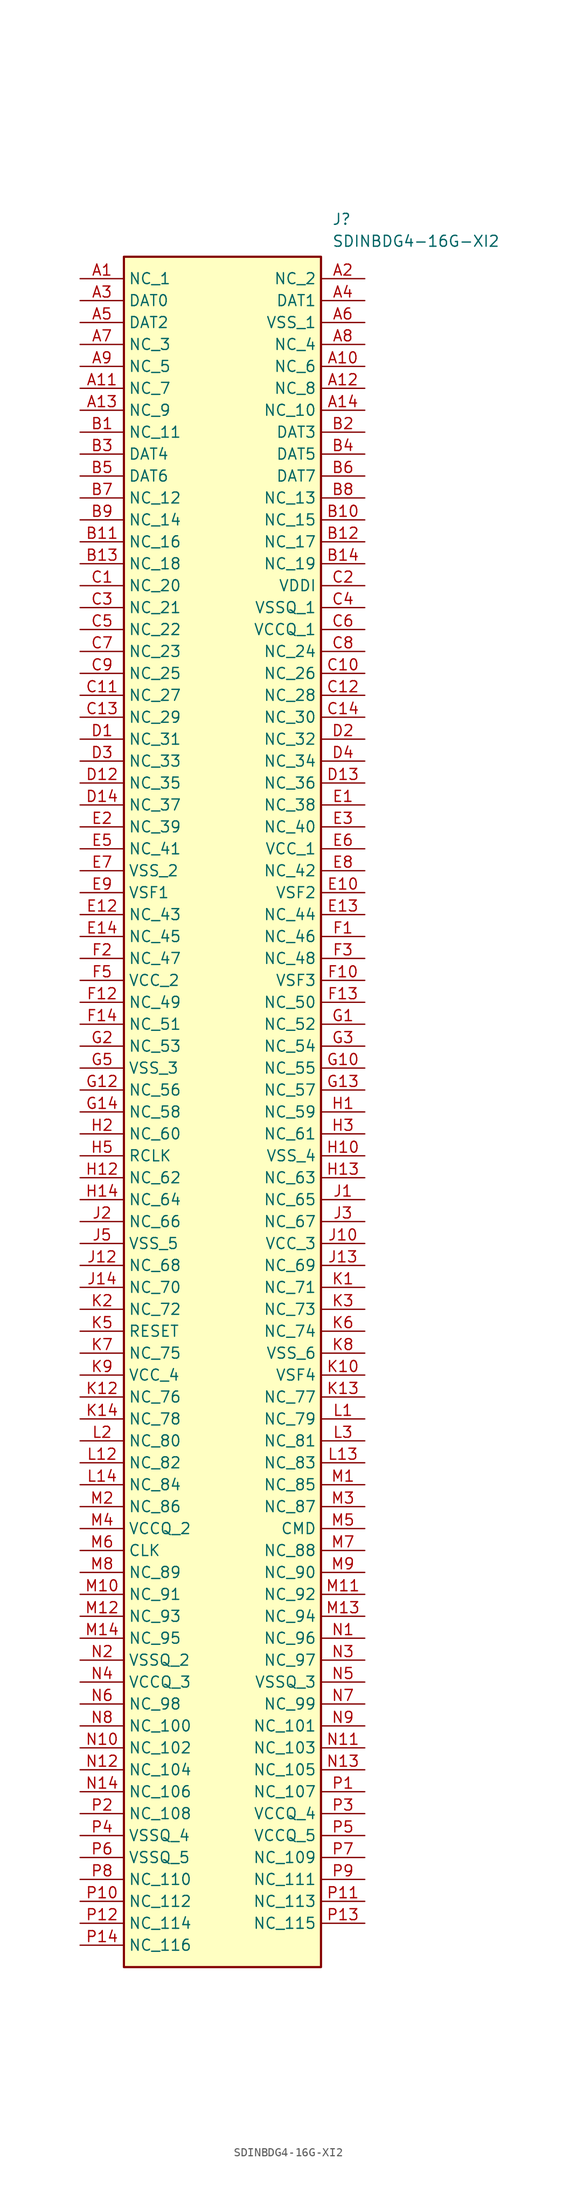
<source format=kicad_sym>
(kicad_symbol_lib
  (version 20211014)
  (generator SamacSys_ECAD_Model)
  (symbol "SDINBDG4-16G-XI2"
    (property "Reference" "J"
      (at 29.21 7.62 0)
      (effects (font (size 1.27 1.27)) (justify left top)))
    (property "Value" "SDINBDG4-16G-XI2"
      (at 29.21 5.08 0)
      (effects (font (size 1.27 1.27)) (justify left top)))
    (rectangle
      (start 5.08 2.54)
      (end 27.94 -195.58)
      (stroke (width 0.254) (type default))
      (fill (type background)))
    (pin passive line
      (at 0 0 0)
      (length 5.08)
      (name "NC_1" (effects (font (size 1.27 1.27))))
      (number "A1" (effects (font (size 1.27 1.27)))))
    (pin passive line
      (at 0 -2.54 0)
      (length 5.08)
      (name "DAT0" (effects (font (size 1.27 1.27))))
      (number "A3" (effects (font (size 1.27 1.27)))))
    (pin passive line
      (at 0 -5.08 0)
      (length 5.08)
      (name "DAT2" (effects (font (size 1.27 1.27))))
      (number "A5" (effects (font (size 1.27 1.27)))))
    (pin passive line
      (at 0 -7.62 0)
      (length 5.08)
      (name "NC_3" (effects (font (size 1.27 1.27))))
      (number "A7" (effects (font (size 1.27 1.27)))))
    (pin passive line
      (at 0 -10.16 0)
      (length 5.08)
      (name "NC_5" (effects (font (size 1.27 1.27))))
      (number "A9" (effects (font (size 1.27 1.27)))))
    (pin passive line
      (at 0 -12.7 0)
      (length 5.08)
      (name "NC_7" (effects (font (size 1.27 1.27))))
      (number "A11" (effects (font (size 1.27 1.27)))))
    (pin passive line
      (at 0 -15.24 0)
      (length 5.08)
      (name "NC_9" (effects (font (size 1.27 1.27))))
      (number "A13" (effects (font (size 1.27 1.27)))))
    (pin passive line
      (at 0 -17.78 0)
      (length 5.08)
      (name "NC_11" (effects (font (size 1.27 1.27))))
      (number "B1" (effects (font (size 1.27 1.27)))))
    (pin passive line
      (at 0 -20.32 0)
      (length 5.08)
      (name "DAT4" (effects (font (size 1.27 1.27))))
      (number "B3" (effects (font (size 1.27 1.27)))))
    (pin passive line
      (at 0 -22.86 0)
      (length 5.08)
      (name "DAT6" (effects (font (size 1.27 1.27))))
      (number "B5" (effects (font (size 1.27 1.27)))))
    (pin passive line
      (at 0 -25.4 0)
      (length 5.08)
      (name "NC_12" (effects (font (size 1.27 1.27))))
      (number "B7" (effects (font (size 1.27 1.27)))))
    (pin passive line
      (at 0 -27.94 0)
      (length 5.08)
      (name "NC_14" (effects (font (size 1.27 1.27))))
      (number "B9" (effects (font (size 1.27 1.27)))))
    (pin passive line
      (at 0 -30.48 0)
      (length 5.08)
      (name "NC_16" (effects (font (size 1.27 1.27))))
      (number "B11" (effects (font (size 1.27 1.27)))))
    (pin passive line
      (at 0 -33.02 0)
      (length 5.08)
      (name "NC_18" (effects (font (size 1.27 1.27))))
      (number "B13" (effects (font (size 1.27 1.27)))))
    (pin passive line
      (at 0 -35.56 0)
      (length 5.08)
      (name "NC_20" (effects (font (size 1.27 1.27))))
      (number "C1" (effects (font (size 1.27 1.27)))))
    (pin passive line
      (at 0 -38.1 0)
      (length 5.08)
      (name "NC_21" (effects (font (size 1.27 1.27))))
      (number "C3" (effects (font (size 1.27 1.27)))))
    (pin passive line
      (at 0 -40.64 0)
      (length 5.08)
      (name "NC_22" (effects (font (size 1.27 1.27))))
      (number "C5" (effects (font (size 1.27 1.27)))))
    (pin passive line
      (at 0 -43.18 0)
      (length 5.08)
      (name "NC_23" (effects (font (size 1.27 1.27))))
      (number "C7" (effects (font (size 1.27 1.27)))))
    (pin passive line
      (at 0 -45.72 0)
      (length 5.08)
      (name "NC_25" (effects (font (size 1.27 1.27))))
      (number "C9" (effects (font (size 1.27 1.27)))))
    (pin passive line
      (at 0 -48.26 0)
      (length 5.08)
      (name "NC_27" (effects (font (size 1.27 1.27))))
      (number "C11" (effects (font (size 1.27 1.27)))))
    (pin passive line
      (at 0 -50.8 0)
      (length 5.08)
      (name "NC_29" (effects (font (size 1.27 1.27))))
      (number "C13" (effects (font (size 1.27 1.27)))))
    (pin passive line
      (at 0 -53.34 0)
      (length 5.08)
      (name "NC_31" (effects (font (size 1.27 1.27))))
      (number "D1" (effects (font (size 1.27 1.27)))))
    (pin passive line
      (at 0 -55.88 0)
      (length 5.08)
      (name "NC_33" (effects (font (size 1.27 1.27))))
      (number "D3" (effects (font (size 1.27 1.27)))))
    (pin passive line
      (at 0 -58.42 0)
      (length 5.08)
      (name "NC_35" (effects (font (size 1.27 1.27))))
      (number "D12" (effects (font (size 1.27 1.27)))))
    (pin passive line
      (at 0 -60.96 0)
      (length 5.08)
      (name "NC_37" (effects (font (size 1.27 1.27))))
      (number "D14" (effects (font (size 1.27 1.27)))))
    (pin passive line
      (at 0 -63.5 0)
      (length 5.08)
      (name "NC_39" (effects (font (size 1.27 1.27))))
      (number "E2" (effects (font (size 1.27 1.27)))))
    (pin passive line
      (at 0 -66.04 0)
      (length 5.08)
      (name "NC_41" (effects (font (size 1.27 1.27))))
      (number "E5" (effects (font (size 1.27 1.27)))))
    (pin passive line
      (at 0 -68.58 0)
      (length 5.08)
      (name "VSS_2" (effects (font (size 1.27 1.27))))
      (number "E7" (effects (font (size 1.27 1.27)))))
    (pin passive line
      (at 0 -71.12 0)
      (length 5.08)
      (name "VSF1" (effects (font (size 1.27 1.27))))
      (number "E9" (effects (font (size 1.27 1.27)))))
    (pin passive line
      (at 0 -73.66 0)
      (length 5.08)
      (name "NC_43" (effects (font (size 1.27 1.27))))
      (number "E12" (effects (font (size 1.27 1.27)))))
    (pin passive line
      (at 0 -76.2 0)
      (length 5.08)
      (name "NC_45" (effects (font (size 1.27 1.27))))
      (number "E14" (effects (font (size 1.27 1.27)))))
    (pin passive line
      (at 0 -78.74 0)
      (length 5.08)
      (name "NC_47" (effects (font (size 1.27 1.27))))
      (number "F2" (effects (font (size 1.27 1.27)))))
    (pin passive line
      (at 0 -81.28 0)
      (length 5.08)
      (name "VCC_2" (effects (font (size 1.27 1.27))))
      (number "F5" (effects (font (size 1.27 1.27)))))
    (pin passive line
      (at 0 -83.82 0)
      (length 5.08)
      (name "NC_49" (effects (font (size 1.27 1.27))))
      (number "F12" (effects (font (size 1.27 1.27)))))
    (pin passive line
      (at 0 -86.36 0)
      (length 5.08)
      (name "NC_51" (effects (font (size 1.27 1.27))))
      (number "F14" (effects (font (size 1.27 1.27)))))
    (pin passive line
      (at 0 -88.9 0)
      (length 5.08)
      (name "NC_53" (effects (font (size 1.27 1.27))))
      (number "G2" (effects (font (size 1.27 1.27)))))
    (pin passive line
      (at 0 -91.44 0)
      (length 5.08)
      (name "VSS_3" (effects (font (size 1.27 1.27))))
      (number "G5" (effects (font (size 1.27 1.27)))))
    (pin passive line
      (at 0 -93.98 0)
      (length 5.08)
      (name "NC_56" (effects (font (size 1.27 1.27))))
      (number "G12" (effects (font (size 1.27 1.27)))))
    (pin passive line
      (at 0 -96.52 0)
      (length 5.08)
      (name "NC_58" (effects (font (size 1.27 1.27))))
      (number "G14" (effects (font (size 1.27 1.27)))))
    (pin passive line
      (at 0 -99.06 0)
      (length 5.08)
      (name "NC_60" (effects (font (size 1.27 1.27))))
      (number "H2" (effects (font (size 1.27 1.27)))))
    (pin passive line
      (at 0 -101.6 0)
      (length 5.08)
      (name "RCLK" (effects (font (size 1.27 1.27))))
      (number "H5" (effects (font (size 1.27 1.27)))))
    (pin passive line
      (at 0 -104.14 0)
      (length 5.08)
      (name "NC_62" (effects (font (size 1.27 1.27))))
      (number "H12" (effects (font (size 1.27 1.27)))))
    (pin passive line
      (at 0 -106.68 0)
      (length 5.08)
      (name "NC_64" (effects (font (size 1.27 1.27))))
      (number "H14" (effects (font (size 1.27 1.27)))))
    (pin passive line
      (at 0 -109.22 0)
      (length 5.08)
      (name "NC_66" (effects (font (size 1.27 1.27))))
      (number "J2" (effects (font (size 1.27 1.27)))))
    (pin passive line
      (at 0 -111.76 0)
      (length 5.08)
      (name "VSS_5" (effects (font (size 1.27 1.27))))
      (number "J5" (effects (font (size 1.27 1.27)))))
    (pin passive line
      (at 0 -114.3 0)
      (length 5.08)
      (name "NC_68" (effects (font (size 1.27 1.27))))
      (number "J12" (effects (font (size 1.27 1.27)))))
    (pin passive line
      (at 0 -116.84 0)
      (length 5.08)
      (name "NC_70" (effects (font (size 1.27 1.27))))
      (number "J14" (effects (font (size 1.27 1.27)))))
    (pin passive line
      (at 0 -119.38 0)
      (length 5.08)
      (name "NC_72" (effects (font (size 1.27 1.27))))
      (number "K2" (effects (font (size 1.27 1.27)))))
    (pin passive line
      (at 0 -121.92 0)
      (length 5.08)
      (name "RESET" (effects (font (size 1.27 1.27))))
      (number "K5" (effects (font (size 1.27 1.27)))))
    (pin passive line
      (at 0 -124.46 0)
      (length 5.08)
      (name "NC_75" (effects (font (size 1.27 1.27))))
      (number "K7" (effects (font (size 1.27 1.27)))))
    (pin passive line
      (at 0 -127 0)
      (length 5.08)
      (name "VCC_4" (effects (font (size 1.27 1.27))))
      (number "K9" (effects (font (size 1.27 1.27)))))
    (pin passive line
      (at 0 -129.54 0)
      (length 5.08)
      (name "NC_76" (effects (font (size 1.27 1.27))))
      (number "K12" (effects (font (size 1.27 1.27)))))
    (pin passive line
      (at 0 -132.08 0)
      (length 5.08)
      (name "NC_78" (effects (font (size 1.27 1.27))))
      (number "K14" (effects (font (size 1.27 1.27)))))
    (pin passive line
      (at 0 -134.62 0)
      (length 5.08)
      (name "NC_80" (effects (font (size 1.27 1.27))))
      (number "L2" (effects (font (size 1.27 1.27)))))
    (pin passive line
      (at 0 -137.16 0)
      (length 5.08)
      (name "NC_82" (effects (font (size 1.27 1.27))))
      (number "L12" (effects (font (size 1.27 1.27)))))
    (pin passive line
      (at 0 -139.7 0)
      (length 5.08)
      (name "NC_84" (effects (font (size 1.27 1.27))))
      (number "L14" (effects (font (size 1.27 1.27)))))
    (pin passive line
      (at 0 -142.24 0)
      (length 5.08)
      (name "NC_86" (effects (font (size 1.27 1.27))))
      (number "M2" (effects (font (size 1.27 1.27)))))
    (pin passive line
      (at 0 -144.78 0)
      (length 5.08)
      (name "VCCQ_2" (effects (font (size 1.27 1.27))))
      (number "M4" (effects (font (size 1.27 1.27)))))
    (pin passive line
      (at 0 -147.32 0)
      (length 5.08)
      (name "CLK" (effects (font (size 1.27 1.27))))
      (number "M6" (effects (font (size 1.27 1.27)))))
    (pin passive line
      (at 0 -149.86 0)
      (length 5.08)
      (name "NC_89" (effects (font (size 1.27 1.27))))
      (number "M8" (effects (font (size 1.27 1.27)))))
    (pin passive line
      (at 0 -152.4 0)
      (length 5.08)
      (name "NC_91" (effects (font (size 1.27 1.27))))
      (number "M10" (effects (font (size 1.27 1.27)))))
    (pin passive line
      (at 0 -154.94 0)
      (length 5.08)
      (name "NC_93" (effects (font (size 1.27 1.27))))
      (number "M12" (effects (font (size 1.27 1.27)))))
    (pin passive line
      (at 0 -157.48 0)
      (length 5.08)
      (name "NC_95" (effects (font (size 1.27 1.27))))
      (number "M14" (effects (font (size 1.27 1.27)))))
    (pin passive line
      (at 0 -160.02 0)
      (length 5.08)
      (name "VSSQ_2" (effects (font (size 1.27 1.27))))
      (number "N2" (effects (font (size 1.27 1.27)))))
    (pin passive line
      (at 0 -162.56 0)
      (length 5.08)
      (name "VCCQ_3" (effects (font (size 1.27 1.27))))
      (number "N4" (effects (font (size 1.27 1.27)))))
    (pin passive line
      (at 0 -165.1 0)
      (length 5.08)
      (name "NC_98" (effects (font (size 1.27 1.27))))
      (number "N6" (effects (font (size 1.27 1.27)))))
    (pin passive line
      (at 0 -167.64 0)
      (length 5.08)
      (name "NC_100" (effects (font (size 1.27 1.27))))
      (number "N8" (effects (font (size 1.27 1.27)))))
    (pin passive line
      (at 0 -170.18 0)
      (length 5.08)
      (name "NC_102" (effects (font (size 1.27 1.27))))
      (number "N10" (effects (font (size 1.27 1.27)))))
    (pin passive line
      (at 0 -172.72 0)
      (length 5.08)
      (name "NC_104" (effects (font (size 1.27 1.27))))
      (number "N12" (effects (font (size 1.27 1.27)))))
    (pin passive line
      (at 0 -175.26 0)
      (length 5.08)
      (name "NC_106" (effects (font (size 1.27 1.27))))
      (number "N14" (effects (font (size 1.27 1.27)))))
    (pin passive line
      (at 0 -177.8 0)
      (length 5.08)
      (name "NC_108" (effects (font (size 1.27 1.27))))
      (number "P2" (effects (font (size 1.27 1.27)))))
    (pin passive line
      (at 0 -180.34 0)
      (length 5.08)
      (name "VSSQ_4" (effects (font (size 1.27 1.27))))
      (number "P4" (effects (font (size 1.27 1.27)))))
    (pin passive line
      (at 0 -182.88 0)
      (length 5.08)
      (name "VSSQ_5" (effects (font (size 1.27 1.27))))
      (number "P6" (effects (font (size 1.27 1.27)))))
    (pin passive line
      (at 0 -185.42 0)
      (length 5.08)
      (name "NC_110" (effects (font (size 1.27 1.27))))
      (number "P8" (effects (font (size 1.27 1.27)))))
    (pin passive line
      (at 0 -187.96 0)
      (length 5.08)
      (name "NC_112" (effects (font (size 1.27 1.27))))
      (number "P10" (effects (font (size 1.27 1.27)))))
    (pin passive line
      (at 0 -190.5 0)
      (length 5.08)
      (name "NC_114" (effects (font (size 1.27 1.27))))
      (number "P12" (effects (font (size 1.27 1.27)))))
    (pin passive line
      (at 0 -193.04 0)
      (length 5.08)
      (name "NC_116" (effects (font (size 1.27 1.27))))
      (number "P14" (effects (font (size 1.27 1.27)))))
    (pin passive line
      (at 33.02 0 180)
      (length 5.08)
      (name "NC_2" (effects (font (size 1.27 1.27))))
      (number "A2" (effects (font (size 1.27 1.27)))))
    (pin passive line
      (at 33.02 -2.54 180)
      (length 5.08)
      (name "DAT1" (effects (font (size 1.27 1.27))))
      (number "A4" (effects (font (size 1.27 1.27)))))
    (pin passive line
      (at 33.02 -5.08 180)
      (length 5.08)
      (name "VSS_1" (effects (font (size 1.27 1.27))))
      (number "A6" (effects (font (size 1.27 1.27)))))
    (pin passive line
      (at 33.02 -7.62 180)
      (length 5.08)
      (name "NC_4" (effects (font (size 1.27 1.27))))
      (number "A8" (effects (font (size 1.27 1.27)))))
    (pin passive line
      (at 33.02 -10.16 180)
      (length 5.08)
      (name "NC_6" (effects (font (size 1.27 1.27))))
      (number "A10" (effects (font (size 1.27 1.27)))))
    (pin passive line
      (at 33.02 -12.7 180)
      (length 5.08)
      (name "NC_8" (effects (font (size 1.27 1.27))))
      (number "A12" (effects (font (size 1.27 1.27)))))
    (pin passive line
      (at 33.02 -15.24 180)
      (length 5.08)
      (name "NC_10" (effects (font (size 1.27 1.27))))
      (number "A14" (effects (font (size 1.27 1.27)))))
    (pin passive line
      (at 33.02 -17.78 180)
      (length 5.08)
      (name "DAT3" (effects (font (size 1.27 1.27))))
      (number "B2" (effects (font (size 1.27 1.27)))))
    (pin passive line
      (at 33.02 -20.32 180)
      (length 5.08)
      (name "DAT5" (effects (font (size 1.27 1.27))))
      (number "B4" (effects (font (size 1.27 1.27)))))
    (pin passive line
      (at 33.02 -22.86 180)
      (length 5.08)
      (name "DAT7" (effects (font (size 1.27 1.27))))
      (number "B6" (effects (font (size 1.27 1.27)))))
    (pin passive line
      (at 33.02 -25.4 180)
      (length 5.08)
      (name "NC_13" (effects (font (size 1.27 1.27))))
      (number "B8" (effects (font (size 1.27 1.27)))))
    (pin passive line
      (at 33.02 -27.94 180)
      (length 5.08)
      (name "NC_15" (effects (font (size 1.27 1.27))))
      (number "B10" (effects (font (size 1.27 1.27)))))
    (pin passive line
      (at 33.02 -30.48 180)
      (length 5.08)
      (name "NC_17" (effects (font (size 1.27 1.27))))
      (number "B12" (effects (font (size 1.27 1.27)))))
    (pin passive line
      (at 33.02 -33.02 180)
      (length 5.08)
      (name "NC_19" (effects (font (size 1.27 1.27))))
      (number "B14" (effects (font (size 1.27 1.27)))))
    (pin passive line
      (at 33.02 -35.56 180)
      (length 5.08)
      (name "VDDI" (effects (font (size 1.27 1.27))))
      (number "C2" (effects (font (size 1.27 1.27)))))
    (pin passive line
      (at 33.02 -38.1 180)
      (length 5.08)
      (name "VSSQ_1" (effects (font (size 1.27 1.27))))
      (number "C4" (effects (font (size 1.27 1.27)))))
    (pin passive line
      (at 33.02 -40.64 180)
      (length 5.08)
      (name "VCCQ_1" (effects (font (size 1.27 1.27))))
      (number "C6" (effects (font (size 1.27 1.27)))))
    (pin passive line
      (at 33.02 -43.18 180)
      (length 5.08)
      (name "NC_24" (effects (font (size 1.27 1.27))))
      (number "C8" (effects (font (size 1.27 1.27)))))
    (pin passive line
      (at 33.02 -45.72 180)
      (length 5.08)
      (name "NC_26" (effects (font (size 1.27 1.27))))
      (number "C10" (effects (font (size 1.27 1.27)))))
    (pin passive line
      (at 33.02 -48.26 180)
      (length 5.08)
      (name "NC_28" (effects (font (size 1.27 1.27))))
      (number "C12" (effects (font (size 1.27 1.27)))))
    (pin passive line
      (at 33.02 -50.8 180)
      (length 5.08)
      (name "NC_30" (effects (font (size 1.27 1.27))))
      (number "C14" (effects (font (size 1.27 1.27)))))
    (pin passive line
      (at 33.02 -53.34 180)
      (length 5.08)
      (name "NC_32" (effects (font (size 1.27 1.27))))
      (number "D2" (effects (font (size 1.27 1.27)))))
    (pin passive line
      (at 33.02 -55.88 180)
      (length 5.08)
      (name "NC_34" (effects (font (size 1.27 1.27))))
      (number "D4" (effects (font (size 1.27 1.27)))))
    (pin passive line
      (at 33.02 -58.42 180)
      (length 5.08)
      (name "NC_36" (effects (font (size 1.27 1.27))))
      (number "D13" (effects (font (size 1.27 1.27)))))
    (pin passive line
      (at 33.02 -60.96 180)
      (length 5.08)
      (name "NC_38" (effects (font (size 1.27 1.27))))
      (number "E1" (effects (font (size 1.27 1.27)))))
    (pin passive line
      (at 33.02 -63.5 180)
      (length 5.08)
      (name "NC_40" (effects (font (size 1.27 1.27))))
      (number "E3" (effects (font (size 1.27 1.27)))))
    (pin passive line
      (at 33.02 -66.04 180)
      (length 5.08)
      (name "VCC_1" (effects (font (size 1.27 1.27))))
      (number "E6" (effects (font (size 1.27 1.27)))))
    (pin passive line
      (at 33.02 -68.58 180)
      (length 5.08)
      (name "NC_42" (effects (font (size 1.27 1.27))))
      (number "E8" (effects (font (size 1.27 1.27)))))
    (pin passive line
      (at 33.02 -71.12 180)
      (length 5.08)
      (name "VSF2" (effects (font (size 1.27 1.27))))
      (number "E10" (effects (font (size 1.27 1.27)))))
    (pin passive line
      (at 33.02 -73.66 180)
      (length 5.08)
      (name "NC_44" (effects (font (size 1.27 1.27))))
      (number "E13" (effects (font (size 1.27 1.27)))))
    (pin passive line
      (at 33.02 -76.2 180)
      (length 5.08)
      (name "NC_46" (effects (font (size 1.27 1.27))))
      (number "F1" (effects (font (size 1.27 1.27)))))
    (pin passive line
      (at 33.02 -78.74 180)
      (length 5.08)
      (name "NC_48" (effects (font (size 1.27 1.27))))
      (number "F3" (effects (font (size 1.27 1.27)))))
    (pin passive line
      (at 33.02 -81.28 180)
      (length 5.08)
      (name "VSF3" (effects (font (size 1.27 1.27))))
      (number "F10" (effects (font (size 1.27 1.27)))))
    (pin passive line
      (at 33.02 -83.82 180)
      (length 5.08)
      (name "NC_50" (effects (font (size 1.27 1.27))))
      (number "F13" (effects (font (size 1.27 1.27)))))
    (pin passive line
      (at 33.02 -86.36 180)
      (length 5.08)
      (name "NC_52" (effects (font (size 1.27 1.27))))
      (number "G1" (effects (font (size 1.27 1.27)))))
    (pin passive line
      (at 33.02 -88.9 180)
      (length 5.08)
      (name "NC_54" (effects (font (size 1.27 1.27))))
      (number "G3" (effects (font (size 1.27 1.27)))))
    (pin passive line
      (at 33.02 -91.44 180)
      (length 5.08)
      (name "NC_55" (effects (font (size 1.27 1.27))))
      (number "G10" (effects (font (size 1.27 1.27)))))
    (pin passive line
      (at 33.02 -93.98 180)
      (length 5.08)
      (name "NC_57" (effects (font (size 1.27 1.27))))
      (number "G13" (effects (font (size 1.27 1.27)))))
    (pin passive line
      (at 33.02 -96.52 180)
      (length 5.08)
      (name "NC_59" (effects (font (size 1.27 1.27))))
      (number "H1" (effects (font (size 1.27 1.27)))))
    (pin passive line
      (at 33.02 -99.06 180)
      (length 5.08)
      (name "NC_61" (effects (font (size 1.27 1.27))))
      (number "H3" (effects (font (size 1.27 1.27)))))
    (pin passive line
      (at 33.02 -101.6 180)
      (length 5.08)
      (name "VSS_4" (effects (font (size 1.27 1.27))))
      (number "H10" (effects (font (size 1.27 1.27)))))
    (pin passive line
      (at 33.02 -104.14 180)
      (length 5.08)
      (name "NC_63" (effects (font (size 1.27 1.27))))
      (number "H13" (effects (font (size 1.27 1.27)))))
    (pin passive line
      (at 33.02 -106.68 180)
      (length 5.08)
      (name "NC_65" (effects (font (size 1.27 1.27))))
      (number "J1" (effects (font (size 1.27 1.27)))))
    (pin passive line
      (at 33.02 -109.22 180)
      (length 5.08)
      (name "NC_67" (effects (font (size 1.27 1.27))))
      (number "J3" (effects (font (size 1.27 1.27)))))
    (pin passive line
      (at 33.02 -111.76 180)
      (length 5.08)
      (name "VCC_3" (effects (font (size 1.27 1.27))))
      (number "J10" (effects (font (size 1.27 1.27)))))
    (pin passive line
      (at 33.02 -114.3 180)
      (length 5.08)
      (name "NC_69" (effects (font (size 1.27 1.27))))
      (number "J13" (effects (font (size 1.27 1.27)))))
    (pin passive line
      (at 33.02 -116.84 180)
      (length 5.08)
      (name "NC_71" (effects (font (size 1.27 1.27))))
      (number "K1" (effects (font (size 1.27 1.27)))))
    (pin passive line
      (at 33.02 -119.38 180)
      (length 5.08)
      (name "NC_73" (effects (font (size 1.27 1.27))))
      (number "K3" (effects (font (size 1.27 1.27)))))
    (pin passive line
      (at 33.02 -121.92 180)
      (length 5.08)
      (name "NC_74" (effects (font (size 1.27 1.27))))
      (number "K6" (effects (font (size 1.27 1.27)))))
    (pin passive line
      (at 33.02 -124.46 180)
      (length 5.08)
      (name "VSS_6" (effects (font (size 1.27 1.27))))
      (number "K8" (effects (font (size 1.27 1.27)))))
    (pin passive line
      (at 33.02 -127 180)
      (length 5.08)
      (name "VSF4" (effects (font (size 1.27 1.27))))
      (number "K10" (effects (font (size 1.27 1.27)))))
    (pin passive line
      (at 33.02 -129.54 180)
      (length 5.08)
      (name "NC_77" (effects (font (size 1.27 1.27))))
      (number "K13" (effects (font (size 1.27 1.27)))))
    (pin passive line
      (at 33.02 -132.08 180)
      (length 5.08)
      (name "NC_79" (effects (font (size 1.27 1.27))))
      (number "L1" (effects (font (size 1.27 1.27)))))
    (pin passive line
      (at 33.02 -134.62 180)
      (length 5.08)
      (name "NC_81" (effects (font (size 1.27 1.27))))
      (number "L3" (effects (font (size 1.27 1.27)))))
    (pin passive line
      (at 33.02 -137.16 180)
      (length 5.08)
      (name "NC_83" (effects (font (size 1.27 1.27))))
      (number "L13" (effects (font (size 1.27 1.27)))))
    (pin passive line
      (at 33.02 -139.7 180)
      (length 5.08)
      (name "NC_85" (effects (font (size 1.27 1.27))))
      (number "M1" (effects (font (size 1.27 1.27)))))
    (pin passive line
      (at 33.02 -142.24 180)
      (length 5.08)
      (name "NC_87" (effects (font (size 1.27 1.27))))
      (number "M3" (effects (font (size 1.27 1.27)))))
    (pin passive line
      (at 33.02 -144.78 180)
      (length 5.08)
      (name "CMD" (effects (font (size 1.27 1.27))))
      (number "M5" (effects (font (size 1.27 1.27)))))
    (pin passive line
      (at 33.02 -147.32 180)
      (length 5.08)
      (name "NC_88" (effects (font (size 1.27 1.27))))
      (number "M7" (effects (font (size 1.27 1.27)))))
    (pin passive line
      (at 33.02 -149.86 180)
      (length 5.08)
      (name "NC_90" (effects (font (size 1.27 1.27))))
      (number "M9" (effects (font (size 1.27 1.27)))))
    (pin passive line
      (at 33.02 -152.4 180)
      (length 5.08)
      (name "NC_92" (effects (font (size 1.27 1.27))))
      (number "M11" (effects (font (size 1.27 1.27)))))
    (pin passive line
      (at 33.02 -154.94 180)
      (length 5.08)
      (name "NC_94" (effects (font (size 1.27 1.27))))
      (number "M13" (effects (font (size 1.27 1.27)))))
    (pin passive line
      (at 33.02 -157.48 180)
      (length 5.08)
      (name "NC_96" (effects (font (size 1.27 1.27))))
      (number "N1" (effects (font (size 1.27 1.27)))))
    (pin passive line
      (at 33.02 -160.02 180)
      (length 5.08)
      (name "NC_97" (effects (font (size 1.27 1.27))))
      (number "N3" (effects (font (size 1.27 1.27)))))
    (pin passive line
      (at 33.02 -162.56 180)
      (length 5.08)
      (name "VSSQ_3" (effects (font (size 1.27 1.27))))
      (number "N5" (effects (font (size 1.27 1.27)))))
    (pin passive line
      (at 33.02 -165.1 180)
      (length 5.08)
      (name "NC_99" (effects (font (size 1.27 1.27))))
      (number "N7" (effects (font (size 1.27 1.27)))))
    (pin passive line
      (at 33.02 -167.64 180)
      (length 5.08)
      (name "NC_101" (effects (font (size 1.27 1.27))))
      (number "N9" (effects (font (size 1.27 1.27)))))
    (pin passive line
      (at 33.02 -170.18 180)
      (length 5.08)
      (name "NC_103" (effects (font (size 1.27 1.27))))
      (number "N11" (effects (font (size 1.27 1.27)))))
    (pin passive line
      (at 33.02 -172.72 180)
      (length 5.08)
      (name "NC_105" (effects (font (size 1.27 1.27))))
      (number "N13" (effects (font (size 1.27 1.27)))))
    (pin passive line
      (at 33.02 -175.26 180)
      (length 5.08)
      (name "NC_107" (effects (font (size 1.27 1.27))))
      (number "P1" (effects (font (size 1.27 1.27)))))
    (pin passive line
      (at 33.02 -177.8 180)
      (length 5.08)
      (name "VCCQ_4" (effects (font (size 1.27 1.27))))
      (number "P3" (effects (font (size 1.27 1.27)))))
    (pin passive line
      (at 33.02 -180.34 180)
      (length 5.08)
      (name "VCCQ_5" (effects (font (size 1.27 1.27))))
      (number "P5" (effects (font (size 1.27 1.27)))))
    (pin passive line
      (at 33.02 -182.88 180)
      (length 5.08)
      (name "NC_109" (effects (font (size 1.27 1.27))))
      (number "P7" (effects (font (size 1.27 1.27)))))
    (pin passive line
      (at 33.02 -185.42 180)
      (length 5.08)
      (name "NC_111" (effects (font (size 1.27 1.27))))
      (number "P9" (effects (font (size 1.27 1.27)))))
    (pin passive line
      (at 33.02 -187.96 180)
      (length 5.08)
      (name "NC_113" (effects (font (size 1.27 1.27))))
      (number "P11" (effects (font (size 1.27 1.27)))))
    (pin passive line
      (at 33.02 -190.5 180)
      (length 5.08)
      (name "NC_115" (effects (font (size 1.27 1.27))))
      (number "P13" (effects (font (size 1.27 1.27)))))))
</source>
